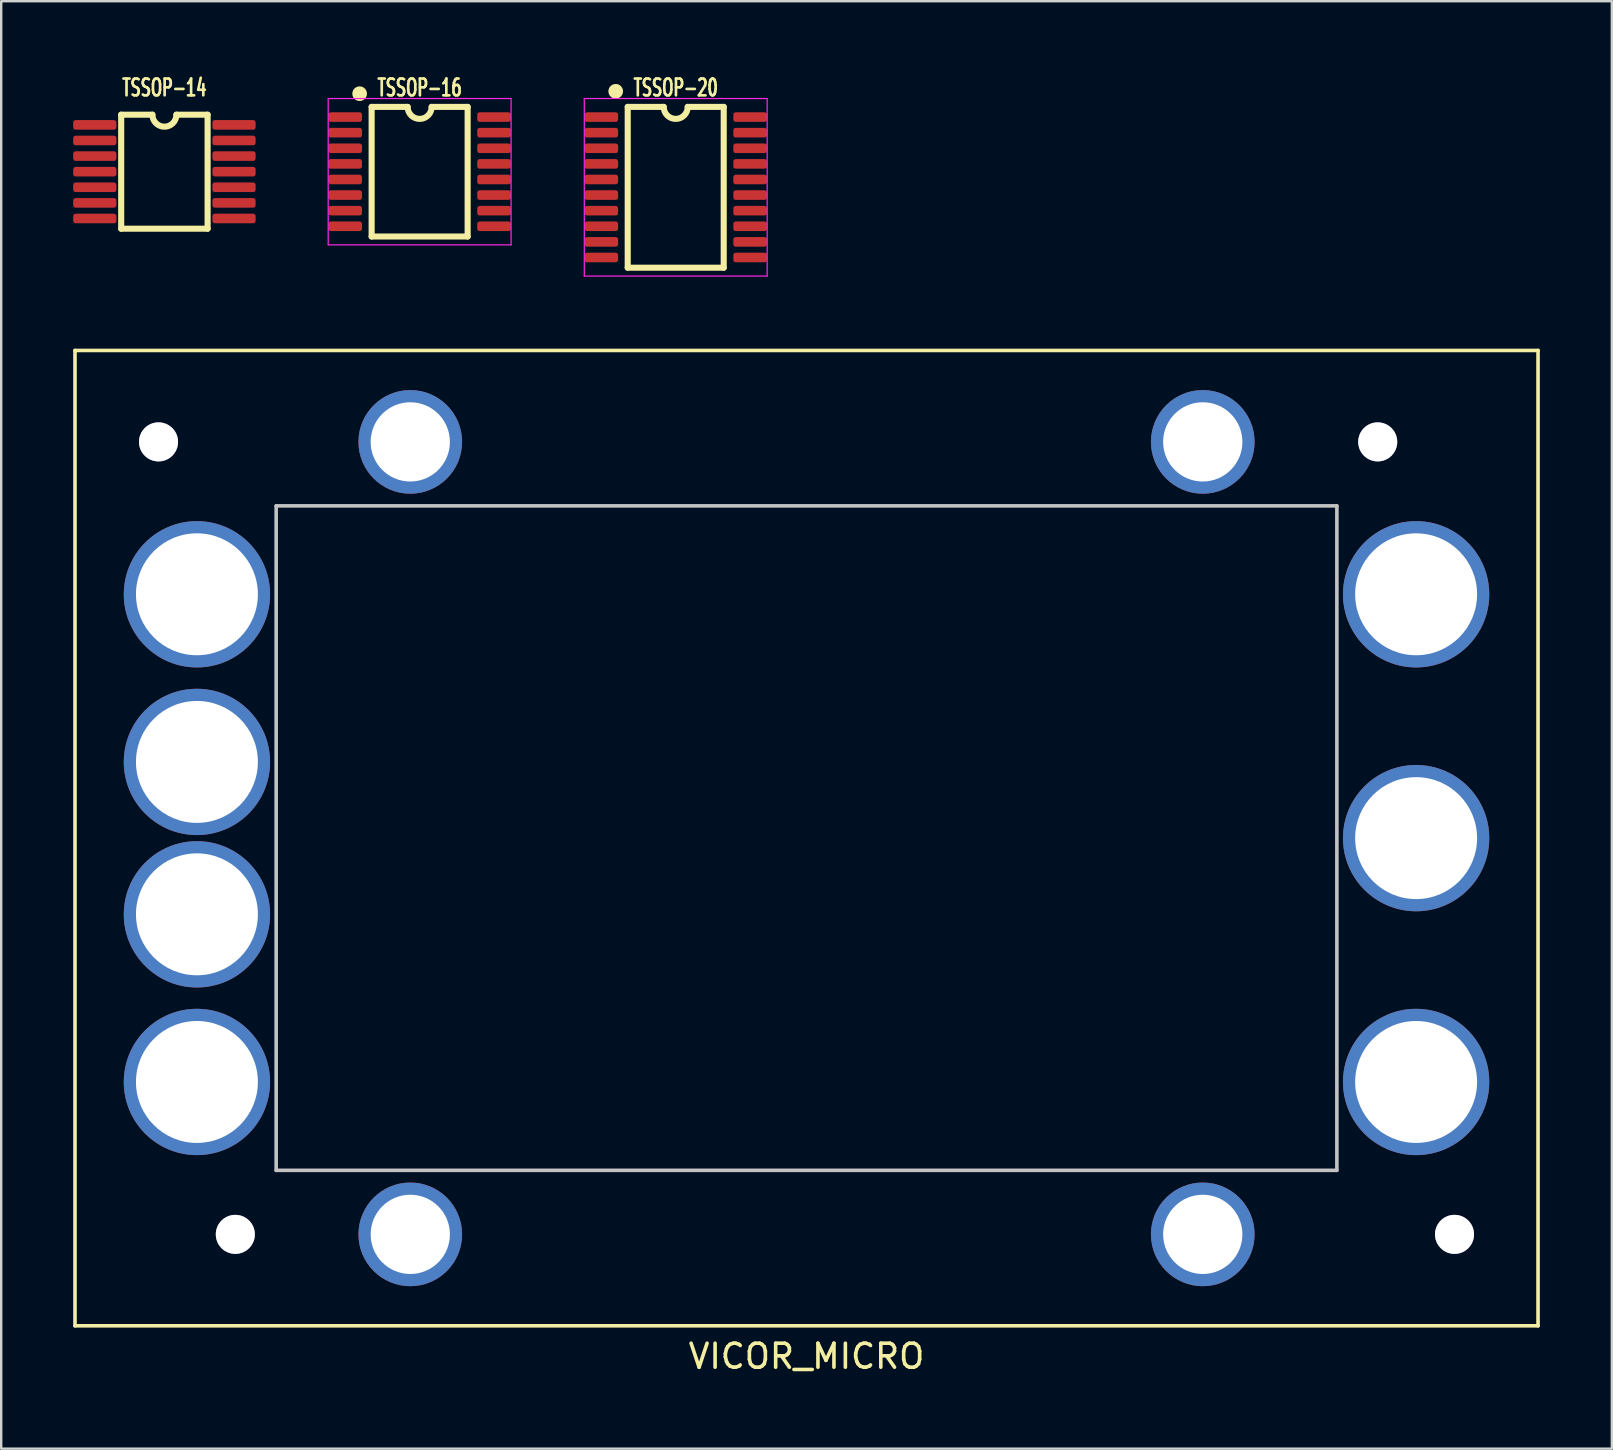
<source format=kicad_pcb>
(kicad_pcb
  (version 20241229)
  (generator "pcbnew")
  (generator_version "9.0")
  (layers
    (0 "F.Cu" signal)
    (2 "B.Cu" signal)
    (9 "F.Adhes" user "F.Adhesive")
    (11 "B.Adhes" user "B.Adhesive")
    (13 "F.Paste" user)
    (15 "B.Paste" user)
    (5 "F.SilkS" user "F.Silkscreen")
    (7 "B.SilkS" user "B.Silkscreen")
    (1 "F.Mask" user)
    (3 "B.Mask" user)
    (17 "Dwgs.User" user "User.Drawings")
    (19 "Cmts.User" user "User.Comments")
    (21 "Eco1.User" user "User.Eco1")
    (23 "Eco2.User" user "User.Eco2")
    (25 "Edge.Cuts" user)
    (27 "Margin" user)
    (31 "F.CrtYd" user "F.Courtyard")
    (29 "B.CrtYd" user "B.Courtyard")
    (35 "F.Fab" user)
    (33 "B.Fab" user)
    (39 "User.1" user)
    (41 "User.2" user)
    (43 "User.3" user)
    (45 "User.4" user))
  (footprint "TSSOP-16"
    (layer "F.Cu")
    (at 14.435 4.104)
    (property "Reference" "TSSOP-16" (at 0 -3.5 0) (layer "F.SilkS") (effects (font (size 0.699 0.445) (thickness 0.111))))
    (attr through_hole)
    (fp_line (start -2 -2.7) (end -0.5 -2.7) (stroke (width 0.254) (type solid)) (layer "F.SilkS"))
    (fp_line (start -2 2.7) (end -2 -2.7) (stroke (width 0.254) (type solid)) (layer "F.SilkS"))
    (fp_line (start -2 2.7) (end 2 2.7) (stroke (width 0.254) (type solid)) (layer "F.SilkS"))
    (fp_line (start 2 -2.7) (end 0.5 -2.7) (stroke (width 0.254) (type solid)) (layer "F.SilkS"))
    (fp_line (start 2 2.7) (end 2 -2.7) (stroke (width 0.254) (type solid)) (layer "F.SilkS"))
    (fp_arc (start 0.5 -2.7) (mid 0 -2.2) (end -0.5 -2.7) (stroke (width 0.254) (type solid)) (layer "F.SilkS"))
    (fp_circle (center -2.5 -3.25) (end -2.246 -3.25) (stroke (width 0.102) (type solid)) (fill yes) (layer "F.SilkS"))
    (fp_line (start -3.81 -3.048) (end -3.81 3.048) (stroke (width 0.05) (type solid)) (layer "F.CrtYd"))
    (fp_line (start -3.81 -3.048) (end 3.81 -3.048) (stroke (width 0.05) (type solid)) (layer "F.CrtYd"))
    (fp_line (start -3.81 3.048) (end 3.81 3.048) (stroke (width 0.05) (type solid)) (layer "F.CrtYd"))
    (fp_line (start 3.81 -3.048) (end 3.81 3.048) (stroke (width 0.05) (type solid)) (layer "F.CrtYd"))
    (pad "1" smd roundrect (at -3.1 -2.275) (size 1.4 0.4) (layers "F.Cu" "F.Mask" "F.Paste") (roundrect_rratio 0.25))
    (pad "2" smd roundrect (at -3.1 -1.625) (size 1.4 0.4) (layers "F.Cu" "F.Mask" "F.Paste") (roundrect_rratio 0.25))
    (pad "3" smd roundrect (at -3.1 -0.975) (size 1.4 0.4) (layers "F.Cu" "F.Mask" "F.Paste") (roundrect_rratio 0.25))
    (pad "4" smd roundrect (at -3.1 -0.325) (size 1.4 0.4) (layers "F.Cu" "F.Mask" "F.Paste") (roundrect_rratio 0.25))
    (pad "5" smd roundrect (at -3.1 0.325) (size 1.4 0.4) (layers "F.Cu" "F.Mask" "F.Paste") (roundrect_rratio 0.25))
    (pad "6" smd roundrect (at -3.1 0.975) (size 1.4 0.4) (layers "F.Cu" "F.Mask" "F.Paste") (roundrect_rratio 0.25))
    (pad "7" smd roundrect (at -3.1 1.625) (size 1.4 0.4) (layers "F.Cu" "F.Mask" "F.Paste") (roundrect_rratio 0.25))
    (pad "8" smd roundrect (at -3.1 2.275) (size 1.4 0.4) (layers "F.Cu" "F.Mask" "F.Paste") (roundrect_rratio 0.25))
    (pad "9" smd roundrect (at 3.1 2.275) (size 1.4 0.4) (layers "F.Cu" "F.Mask" "F.Paste") (roundrect_rratio 0.25))
    (pad "10" smd roundrect (at 3.1 1.625) (size 1.4 0.4) (layers "F.Cu" "F.Mask" "F.Paste") (roundrect_rratio 0.25))
    (pad "11" smd roundrect (at 3.1 0.975) (size 1.4 0.4) (layers "F.Cu" "F.Mask" "F.Paste") (roundrect_rratio 0.25))
    (pad "12" smd roundrect (at 3.1 0.325) (size 1.4 0.4) (layers "F.Cu" "F.Mask" "F.Paste") (roundrect_rratio 0.25))
    (pad "13" smd roundrect (at 3.1 -0.325) (size 1.4 0.4) (layers "F.Cu" "F.Mask" "F.Paste") (roundrect_rratio 0.25))
    (pad "14" smd roundrect (at 3.1 -0.975) (size 1.4 0.4) (layers "F.Cu" "F.Mask" "F.Paste") (roundrect_rratio 0.25))
    (pad "15" smd roundrect (at 3.1 -1.625) (size 1.4 0.4) (layers "F.Cu" "F.Mask" "F.Paste") (roundrect_rratio 0.25))
    (pad "16" smd roundrect (at 3.1 -2.275) (size 1.4 0.4) (layers "F.Cu" "F.Mask" "F.Paste") (roundrect_rratio 0.25)))
  (footprint "VICOR_MICRO"
    (layer "F.Cu")
    (at 30.555 31.872)
    (property "Reference" "VICOR_MICRO" (at 0 21.59 0) (layer "F.SilkS") (effects (font (size 1 1) (thickness 0.15))))
    (attr through_hole)
    (fp_line (start -30.48 -20.32) (end -30.48 20.32) (stroke (width 0.15) (type solid)) (layer "F.SilkS"))
    (fp_line (start -30.48 20.32) (end 30.48 20.32) (stroke (width 0.15) (type solid)) (layer "F.SilkS"))
    (fp_line (start 30.48 -20.32) (end -30.48 -20.32) (stroke (width 0.15) (type solid)) (layer "F.SilkS"))
    (fp_line (start 30.48 20.32) (end 30.48 -20.32) (stroke (width 0.15) (type solid)) (layer "F.SilkS"))
    (fp_line (start -22.098 -13.843) (end -22.098 13.843) (stroke (width 0.15) (type solid)) (layer "Dwgs.User"))
    (fp_line (start -22.098 -13.843) (end 22.098 -13.843) (stroke (width 0.15) (type solid)) (layer "Dwgs.User"))
    (fp_line (start 22.098 -13.843) (end 22.098 13.843) (stroke (width 0.15) (type solid)) (layer "Dwgs.User"))
    (fp_line (start 22.098 13.843) (end -22.098 13.843) (stroke (width 0.15) (type solid)) (layer "Dwgs.User"))
    (pad "" thru_hole circle (at -27 -16.51) (size 1.626 1.626) (drill 1.626) (layers "*.Cu" "*.Mask"))
    (pad "" thru_hole circle (at -23.8 16.51) (size 1.626 1.626) (drill 1.626) (layers "*.Cu" "*.Mask"))
    (pad "" thru_hole circle (at 23.8 -16.51) (size 1.626 1.626) (drill 1.626) (layers "*.Cu" "*.Mask"))
    (pad "" thru_hole circle (at 27 16.51) (size 1.626 1.626) (drill 1.626) (layers "*.Cu" "*.Mask"))
    (pad "1" thru_hole circle (at -25.4 -10.16 270) (size 6.096 6.096) (drill 5.08) (layers "*.Cu" "*.Mask"))
    (pad "2" thru_hole circle (at -25.4 -3.175 270) (size 6.096 6.096) (drill 5.08) (layers "*.Cu" "*.Mask"))
    (pad "3" thru_hole circle (at -25.4 3.175 270) (size 6.096 6.096) (drill 5.08) (layers "*.Cu" "*.Mask"))
    (pad "4" thru_hole circle (at -25.4 10.16 270) (size 6.096 6.096) (drill 5.08) (layers "*.Cu" "*.Mask"))
    (pad "5" thru_hole circle (at 25.4 10.16 270) (size 6.096 6.096) (drill 5.08) (layers "*.Cu" "*.Mask"))
    (pad "6" thru_hole circle (at 25.4 0 270) (size 6.096 6.096) (drill 5.08) (layers "*.Cu" "*.Mask"))
    (pad "7" thru_hole circle (at 25.4 -10.16 270) (size 6.096 6.096) (drill 5.08) (layers "*.Cu" "*.Mask"))
    (pad "8" thru_hole circle (at -16.51 -16.51) (size 4.318 4.318) (drill 3.302) (layers "*.Cu" "*.Mask"))
    (pad "8" thru_hole circle (at -16.51 16.51) (size 4.318 4.318) (drill 3.302) (layers "*.Cu" "*.Mask"))
    (pad "8" thru_hole circle (at 16.51 -16.51) (size 4.318 4.318) (drill 3.302) (layers "*.Cu" "*.Mask"))
    (pad "8" thru_hole circle (at 16.51 16.51) (size 4.318 4.318) (drill 3.302) (layers "*.Cu" "*.Mask")))
  (footprint "TSSOP-14"
    (layer "F.Cu")
    (at 3.8 4.104)
    (property "Reference" "TSSOP-14" (at 0 -3.5 0) (layer "F.SilkS") (effects (font (size 0.699 0.445) (thickness 0.111))))
    (attr through_hole)
    (fp_line (start -1.8 -2.375) (end -0.5 -2.375) (stroke (width 0.254) (type solid)) (layer "F.SilkS"))
    (fp_line (start -1.8 2.375) (end -1.8 -2.375) (stroke (width 0.254) (type solid)) (layer "F.SilkS"))
    (fp_line (start -1.8 2.375) (end 1.8 2.375) (stroke (width 0.254) (type solid)) (layer "F.SilkS"))
    (fp_line (start 1.8 -2.375) (end 0.5 -2.375) (stroke (width 0.254) (type solid)) (layer "F.SilkS"))
    (fp_line (start 1.8 2.375) (end 1.8 -2.375) (stroke (width 0.254) (type solid)) (layer "F.SilkS"))
    (fp_arc (start 0.5 -2.375) (mid 0 -1.875) (end -0.5 -2.375) (stroke (width 0.254) (type solid)) (layer "F.SilkS"))
    (pad "1" smd roundrect (at -2.9 -1.95) (size 1.8 0.4) (layers "F.Cu" "F.Mask" "F.Paste") (roundrect_rratio 0.25))
    (pad "2" smd roundrect (at -2.9 -1.3) (size 1.8 0.4) (layers "F.Cu" "F.Mask" "F.Paste") (roundrect_rratio 0.25))
    (pad "3" smd roundrect (at -2.9 -0.65) (size 1.8 0.4) (layers "F.Cu" "F.Mask" "F.Paste") (roundrect_rratio 0.25))
    (pad "4" smd roundrect (at -2.9 0) (size 1.8 0.4) (layers "F.Cu" "F.Mask" "F.Paste") (roundrect_rratio 0.25))
    (pad "5" smd roundrect (at -2.9 0.65) (size 1.8 0.4) (layers "F.Cu" "F.Mask" "F.Paste") (roundrect_rratio 0.25))
    (pad "6" smd roundrect (at -2.9 1.3) (size 1.8 0.4) (layers "F.Cu" "F.Mask" "F.Paste") (roundrect_rratio 0.25))
    (pad "7" smd roundrect (at -2.9 1.95) (size 1.8 0.4) (layers "F.Cu" "F.Mask" "F.Paste") (roundrect_rratio 0.25))
    (pad "8" smd roundrect (at 2.9 1.95) (size 1.8 0.4) (layers "F.Cu" "F.Mask" "F.Paste") (roundrect_rratio 0.25))
    (pad "9" smd roundrect (at 2.9 1.3) (size 1.8 0.4) (layers "F.Cu" "F.Mask" "F.Paste") (roundrect_rratio 0.25))
    (pad "10" smd roundrect (at 2.9 0.65) (size 1.8 0.4) (layers "F.Cu" "F.Mask" "F.Paste") (roundrect_rratio 0.25))
    (pad "11" smd roundrect (at 2.9 0) (size 1.8 0.4) (layers "F.Cu" "F.Mask" "F.Paste") (roundrect_rratio 0.25))
    (pad "12" smd roundrect (at 2.9 -0.65) (size 1.8 0.4) (layers "F.Cu" "F.Mask" "F.Paste") (roundrect_rratio 0.25))
    (pad "13" smd roundrect (at 2.9 -1.3) (size 1.8 0.4) (layers "F.Cu" "F.Mask" "F.Paste") (roundrect_rratio 0.25))
    (pad "14" smd roundrect (at 2.9 -1.95) (size 1.8 0.4) (layers "F.Cu" "F.Mask" "F.Paste") (roundrect_rratio 0.25)))
  (footprint "TSSOP-20"
    (layer "F.Cu")
    (at 25.105 4.754)
    (property "Reference" "TSSOP-20" (at 0 -4.15 0) (layer "F.SilkS") (effects (font (size 0.699 0.445) (thickness 0.111))))
    (attr through_hole)
    (fp_line (start -2 -3.35) (end -0.5 -3.35) (stroke (width 0.254) (type solid)) (layer "F.SilkS"))
    (fp_line (start -2 3.35) (end -2 -3.35) (stroke (width 0.254) (type solid)) (layer "F.SilkS"))
    (fp_line (start -2 3.35) (end 2 3.35) (stroke (width 0.254) (type solid)) (layer "F.SilkS"))
    (fp_line (start 2 -3.35) (end 0.5 -3.35) (stroke (width 0.254) (type solid)) (layer "F.SilkS"))
    (fp_line (start 2 3.35) (end 2 -3.35) (stroke (width 0.254) (type solid)) (layer "F.SilkS"))
    (fp_arc (start 0.5 -3.35) (mid 0 -2.85) (end -0.5 -3.35) (stroke (width 0.254) (type solid)) (layer "F.SilkS"))
    (fp_circle (center -2.5 -4) (end -2.246 -4) (stroke (width 0.102) (type solid)) (fill yes) (layer "F.SilkS"))
    (fp_line (start -3.81 -3.698) (end -3.81 3.698) (stroke (width 0.05) (type solid)) (layer "F.CrtYd"))
    (fp_line (start -3.81 -3.698) (end 3.81 -3.698) (stroke (width 0.05) (type solid)) (layer "F.CrtYd"))
    (fp_line (start -3.81 3.698) (end 3.81 3.698) (stroke (width 0.05) (type solid)) (layer "F.CrtYd"))
    (fp_line (start 3.81 -3.698) (end 3.81 3.698) (stroke (width 0.05) (type solid)) (layer "F.CrtYd"))
    (pad "1" smd roundrect (at -3.1 -2.925) (size 1.4 0.4) (layers "F.Cu" "F.Mask" "F.Paste") (roundrect_rratio 0.25))
    (pad "2" smd roundrect (at -3.1 -2.275) (size 1.4 0.4) (layers "F.Cu" "F.Mask" "F.Paste") (roundrect_rratio 0.25))
    (pad "3" smd roundrect (at -3.1 -1.625) (size 1.4 0.4) (layers "F.Cu" "F.Mask" "F.Paste") (roundrect_rratio 0.25))
    (pad "4" smd roundrect (at -3.1 -0.975) (size 1.4 0.4) (layers "F.Cu" "F.Mask" "F.Paste") (roundrect_rratio 0.25))
    (pad "5" smd roundrect (at -3.1 -0.325) (size 1.4 0.4) (layers "F.Cu" "F.Mask" "F.Paste") (roundrect_rratio 0.25))
    (pad "6" smd roundrect (at -3.1 0.325) (size 1.4 0.4) (layers "F.Cu" "F.Mask" "F.Paste") (roundrect_rratio 0.25))
    (pad "7" smd roundrect (at -3.1 0.975) (size 1.4 0.4) (layers "F.Cu" "F.Mask" "F.Paste") (roundrect_rratio 0.25))
    (pad "8" smd roundrect (at -3.1 1.625) (size 1.4 0.4) (layers "F.Cu" "F.Mask" "F.Paste") (roundrect_rratio 0.25))
    (pad "9" smd roundrect (at -3.1 2.275) (size 1.4 0.4) (layers "F.Cu" "F.Mask" "F.Paste") (roundrect_rratio 0.25))
    (pad "10" smd roundrect (at -3.1 2.925) (size 1.4 0.4) (layers "F.Cu" "F.Mask" "F.Paste") (roundrect_rratio 0.25))
    (pad "11" smd roundrect (at 3.1 2.925) (size 1.4 0.4) (layers "F.Cu" "F.Mask" "F.Paste") (roundrect_rratio 0.25))
    (pad "12" smd roundrect (at 3.1 2.275) (size 1.4 0.4) (layers "F.Cu" "F.Mask" "F.Paste") (roundrect_rratio 0.25))
    (pad "13" smd roundrect (at 3.1 1.625) (size 1.4 0.4) (layers "F.Cu" "F.Mask" "F.Paste") (roundrect_rratio 0.25))
    (pad "14" smd roundrect (at 3.1 0.975) (size 1.4 0.4) (layers "F.Cu" "F.Mask" "F.Paste") (roundrect_rratio 0.25))
    (pad "15" smd roundrect (at 3.1 0.325) (size 1.4 0.4) (layers "F.Cu" "F.Mask" "F.Paste") (roundrect_rratio 0.25))
    (pad "16" smd roundrect (at 3.1 -0.325) (size 1.4 0.4) (layers "F.Cu" "F.Mask" "F.Paste") (roundrect_rratio 0.25))
    (pad "17" smd roundrect (at 3.1 -0.975) (size 1.4 0.4) (layers "F.Cu" "F.Mask" "F.Paste") (roundrect_rratio 0.25))
    (pad "18" smd roundrect (at 3.1 -1.625) (size 1.4 0.4) (layers "F.Cu" "F.Mask" "F.Paste") (roundrect_rratio 0.25))
    (pad "19" smd roundrect (at 3.1 -2.275) (size 1.4 0.4) (layers "F.Cu" "F.Mask" "F.Paste") (roundrect_rratio 0.25))
    (pad "20" smd roundrect (at 3.1 -2.925) (size 1.4 0.4) (layers "F.Cu" "F.Mask" "F.Paste") (roundrect_rratio 0.25)))
  (gr_rect
    (start -3 -3)
    (end 64.11 57.31)
    (stroke (width 0.1) (type default))
    (fill no)
    (layer "Edge.Cuts")))
</source>
